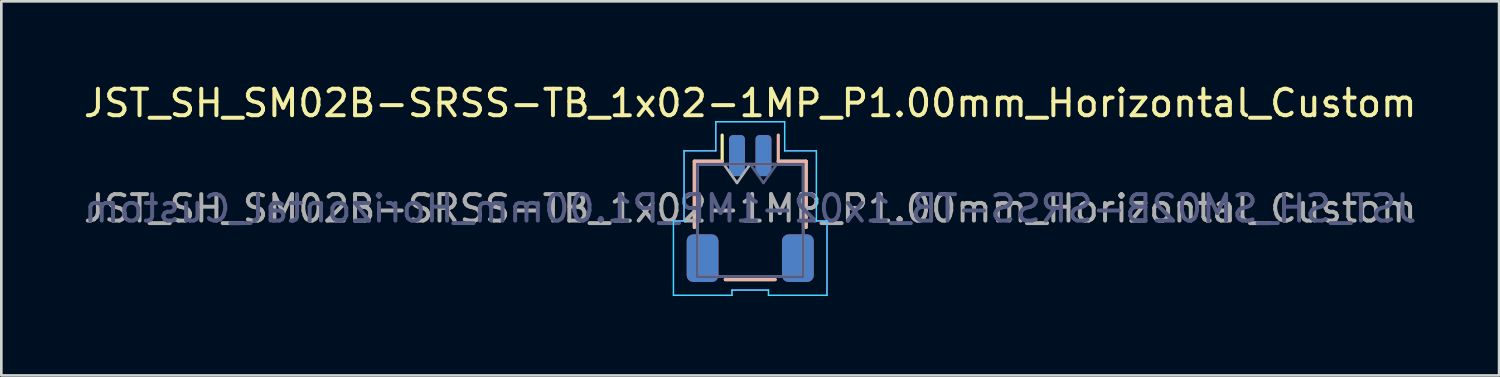
<source format=kicad_pcb>
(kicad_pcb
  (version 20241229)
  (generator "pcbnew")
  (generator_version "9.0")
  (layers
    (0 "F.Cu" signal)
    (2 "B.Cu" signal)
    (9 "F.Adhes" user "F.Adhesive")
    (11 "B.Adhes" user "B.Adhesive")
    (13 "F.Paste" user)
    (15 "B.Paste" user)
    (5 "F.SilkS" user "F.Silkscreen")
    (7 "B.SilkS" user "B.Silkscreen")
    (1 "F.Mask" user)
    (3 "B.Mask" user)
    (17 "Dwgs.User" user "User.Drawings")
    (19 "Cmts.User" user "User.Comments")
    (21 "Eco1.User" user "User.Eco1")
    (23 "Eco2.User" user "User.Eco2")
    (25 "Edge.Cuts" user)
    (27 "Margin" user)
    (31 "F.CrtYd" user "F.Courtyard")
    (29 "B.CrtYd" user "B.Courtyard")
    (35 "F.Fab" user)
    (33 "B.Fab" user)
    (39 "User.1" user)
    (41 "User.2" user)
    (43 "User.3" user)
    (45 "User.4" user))
  (footprint "JST_SH_SM02B-SRSS-TB_1x02-1MP_P1.00mm_Horizontal_Custom"
    (layer "F.Cu")
    (at 25.292 4.828)
    (property "Reference" "JST_SH_SM02B-SRSS-TB_1x02-1MP_P1.00mm_Horizontal_Custom" (at 0 -3.98 0) (layer "F.SilkS") (effects (font (size 1 1) (thickness 0.15))))
    (attr smd)
    (fp_line (start -2.11 -1.785) (end -1.06 -1.785) (stroke (width 0.12) (type solid)) (layer "F.SilkS"))
    (fp_line (start -2.11 0.715) (end -2.11 -1.785) (stroke (width 0.12) (type solid)) (layer "F.SilkS"))
    (fp_line (start -1.06 -1.785) (end -1.06 -2.775) (stroke (width 0.12) (type solid)) (layer "F.SilkS"))
    (fp_line (start -0.94 2.685) (end 0.94 2.685) (stroke (width 0.12) (type solid)) (layer "F.SilkS"))
    (fp_line (start 2.11 -1.785) (end 1.06 -1.785) (stroke (width 0.12) (type solid)) (layer "F.SilkS"))
    (fp_line (start 2.11 0.715) (end 2.11 -1.785) (stroke (width 0.12) (type solid)) (layer "F.SilkS"))
    (fp_line (start -2.11 -1.785) (end -1.06 -1.785) (stroke (width 0.12) (type solid)) (layer "B.SilkS"))
    (fp_line (start -2.11 0.715) (end -2.11 -1.785) (stroke (width 0.12) (type solid)) (layer "B.SilkS"))
    (fp_line (start 0.94 2.685) (end -0.94 2.685) (stroke (width 0.12) (type solid)) (layer "B.SilkS"))
    (fp_line (start 1.06 -1.785) (end 1.06 -2.775) (stroke (width 0.12) (type solid)) (layer "B.SilkS"))
    (fp_line (start 2.11 -1.785) (end 1.06 -1.785) (stroke (width 0.12) (type solid)) (layer "B.SilkS"))
    (fp_line (start 2.11 0.715) (end 2.11 -1.785) (stroke (width 0.12) (type solid)) (layer "B.SilkS"))
    (fp_line (start -2.9 0.47) (end -2.9 3.28) (stroke (width 0.05) (type solid)) (layer "B.CrtYd"))
    (fp_line (start -2.9 3.28) (end -0.69 3.28) (stroke (width 0.05) (type solid)) (layer "B.CrtYd"))
    (fp_line (start -2.5 -2.18) (end -2.5 0.47) (stroke (width 0.05) (type solid)) (layer "B.CrtYd"))
    (fp_line (start -2.5 0.47) (end -2.9 0.47) (stroke (width 0.05) (type solid)) (layer "B.CrtYd"))
    (fp_line (start -1.3 -3.28) (end -1.3 -2.18) (stroke (width 0.05) (type solid)) (layer "B.CrtYd"))
    (fp_line (start -1.3 -2.18) (end -2.5 -2.18) (stroke (width 0.05) (type solid)) (layer "B.CrtYd"))
    (fp_line (start -0.69 3.08) (end 0.69 3.08) (stroke (width 0.05) (type solid)) (layer "B.CrtYd"))
    (fp_line (start -0.69 3.28) (end -0.69 3.08) (stroke (width 0.05) (type solid)) (layer "B.CrtYd"))
    (fp_line (start 0.69 3.08) (end 0.69 3.28) (stroke (width 0.05) (type solid)) (layer "B.CrtYd"))
    (fp_line (start 0.69 3.28) (end 2.9 3.28) (stroke (width 0.05) (type solid)) (layer "B.CrtYd"))
    (fp_line (start 1.3 -3.28) (end -1.3 -3.28) (stroke (width 0.05) (type solid)) (layer "B.CrtYd"))
    (fp_line (start 1.3 -2.18) (end 1.3 -3.28) (stroke (width 0.05) (type solid)) (layer "B.CrtYd"))
    (fp_line (start 2.5 -2.18) (end 1.3 -2.18) (stroke (width 0.05) (type solid)) (layer "B.CrtYd"))
    (fp_line (start 2.5 0.47) (end 2.5 -2.18) (stroke (width 0.05) (type solid)) (layer "B.CrtYd"))
    (fp_line (start 2.9 0.47) (end 2.5 0.47) (stroke (width 0.05) (type solid)) (layer "B.CrtYd"))
    (fp_line (start 2.9 3.28) (end 2.9 0.47) (stroke (width 0.05) (type solid)) (layer "B.CrtYd"))
    (fp_line (start -2.9 0.47) (end -2.5 0.47) (stroke (width 0.05) (type solid)) (layer "F.CrtYd"))
    (fp_line (start -2.9 3.28) (end -2.9 0.47) (stroke (width 0.05) (type solid)) (layer "F.CrtYd"))
    (fp_line (start -2.5 -2.18) (end -1.3 -2.18) (stroke (width 0.05) (type solid)) (layer "F.CrtYd"))
    (fp_line (start -2.5 0.47) (end -2.5 -2.18) (stroke (width 0.05) (type solid)) (layer "F.CrtYd"))
    (fp_line (start -1.3 -3.28) (end 1.3 -3.28) (stroke (width 0.05) (type solid)) (layer "F.CrtYd"))
    (fp_line (start -1.3 -2.18) (end -1.3 -3.28) (stroke (width 0.05) (type solid)) (layer "F.CrtYd"))
    (fp_line (start -0.69 3.08) (end -0.69 3.28) (stroke (width 0.05) (type solid)) (layer "F.CrtYd"))
    (fp_line (start -0.69 3.28) (end -2.9 3.28) (stroke (width 0.05) (type solid)) (layer "F.CrtYd"))
    (fp_line (start 0.69 3.08) (end -0.69 3.08) (stroke (width 0.05) (type solid)) (layer "F.CrtYd"))
    (fp_line (start 0.69 3.28) (end 0.69 3.08) (stroke (width 0.05) (type solid)) (layer "F.CrtYd"))
    (fp_line (start 1.3 -3.28) (end 1.3 -2.18) (stroke (width 0.05) (type solid)) (layer "F.CrtYd"))
    (fp_line (start 1.3 -2.18) (end 2.5 -2.18) (stroke (width 0.05) (type solid)) (layer "F.CrtYd"))
    (fp_line (start 2.5 -2.18) (end 2.5 0.47) (stroke (width 0.05) (type solid)) (layer "F.CrtYd"))
    (fp_line (start 2.5 0.47) (end 2.9 0.47) (stroke (width 0.05) (type solid)) (layer "F.CrtYd"))
    (fp_line (start 2.9 0.47) (end 2.9 3.28) (stroke (width 0.05) (type solid)) (layer "F.CrtYd"))
    (fp_line (start 2.9 3.28) (end 0.69 3.28) (stroke (width 0.05) (type solid)) (layer "F.CrtYd"))
    (fp_line (start -2 -1.675) (end -2 2.575) (stroke (width 0.1) (type solid)) (layer "B.Fab"))
    (fp_line (start 0.5 -0.968) (end 0 -1.675) (stroke (width 0.1) (type solid)) (layer "B.Fab"))
    (fp_line (start 1 -1.675) (end 0.5 -0.968) (stroke (width 0.1) (type solid)) (layer "B.Fab"))
    (fp_line (start 2 -1.675) (end -2 -1.675) (stroke (width 0.1) (type solid)) (layer "B.Fab"))
    (fp_line (start 2 -1.675) (end 2 2.575) (stroke (width 0.1) (type solid)) (layer "B.Fab"))
    (fp_line (start 2 2.575) (end -2 2.575) (stroke (width 0.1) (type solid)) (layer "B.Fab"))
    (fp_line (start -2 -1.675) (end -2 2.575) (stroke (width 0.1) (type solid)) (layer "F.Fab"))
    (fp_line (start -2 -1.675) (end 2 -1.675) (stroke (width 0.1) (type solid)) (layer "F.Fab"))
    (fp_line (start -2 2.575) (end 2 2.575) (stroke (width 0.1) (type solid)) (layer "F.Fab"))
    (fp_line (start -1 -1.675) (end -0.5 -0.968) (stroke (width 0.1) (type solid)) (layer "F.Fab"))
    (fp_line (start -0.5 -0.968) (end 0 -1.675) (stroke (width 0.1) (type solid)) (layer "F.Fab"))
    (fp_line (start 2 -1.675) (end 2 2.575) (stroke (width 0.1) (type solid)) (layer "F.Fab"))
    (fp_text user "${REFERENCE}" (at 0 0 0) (layer "B.Fab") (effects (font (size 1 1) (thickness 0.15)) (justify mirror)))
    (fp_text user "${REFERENCE}" (at 0 0 0) (layer "F.Fab") (effects (font (size 1 1) (thickness 0.15))))
    (pad "1" smd roundrect (at -0.5 -2) (size 0.6 1.55) (layers "F.Cu" "F.Mask" "F.Paste") (roundrect_rratio 0.25))
    (pad "1" smd roundrect (at 0.5 -2) (size 0.6 1.55) (layers "B.Cu" "B.Mask" "B.Paste") (roundrect_rratio 0.25))
    (pad "2" smd roundrect (at -0.5 -2) (size 0.6 1.55) (layers "B.Cu" "B.Mask" "B.Paste") (roundrect_rratio 0.25))
    (pad "2" smd roundrect (at 0.5 -2) (size 0.6 1.55) (layers "F.Cu" "F.Mask" "F.Paste") (roundrect_rratio 0.25))
    (pad "MP" smd roundrect (at -1.8 1.875) (size 1.2 1.8) (layers "F.Cu" "F.Mask" "F.Paste") (roundrect_rratio 0.208))
    (pad "MP" smd roundrect (at -1.8 1.875) (size 1.2 1.8) (layers "B.Cu" "B.Mask" "B.Paste") (roundrect_rratio 0.208))
    (pad "MP" smd roundrect (at 1.8 1.875) (size 1.2 1.8) (layers "F.Cu" "F.Mask" "F.Paste") (roundrect_rratio 0.208))
    (pad "MP" smd roundrect (at 1.8 1.875) (size 1.2 1.8) (layers "B.Cu" "B.Mask" "B.Paste") (roundrect_rratio 0.208)))
  (gr_rect
    (start -3 -3)
    (end 53.583 11.133)
    (stroke (width 0.1) (type default))
    (fill no)
    (layer "Edge.Cuts")))
</source>
